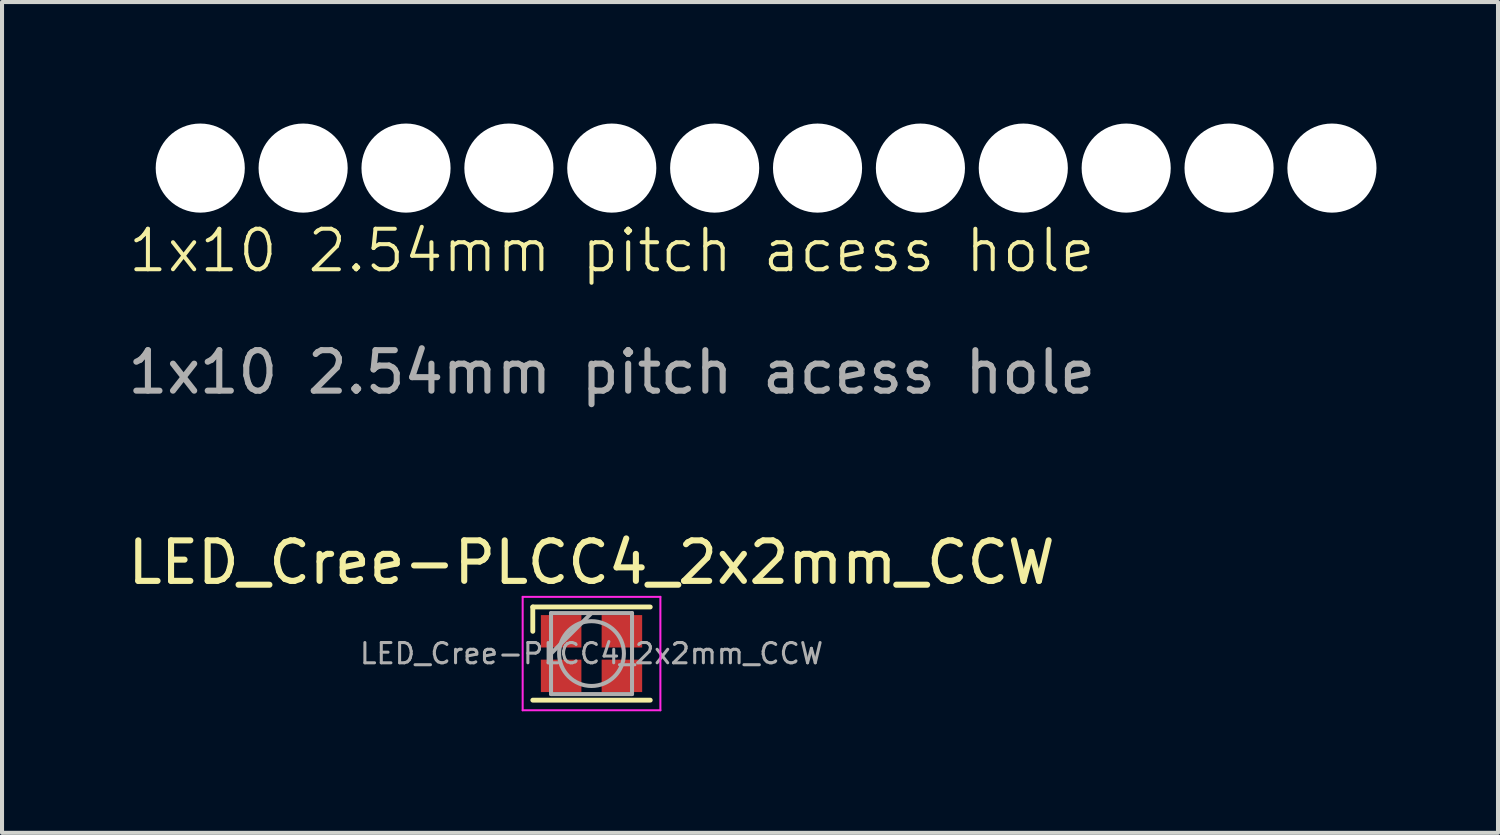
<source format=kicad_pcb>
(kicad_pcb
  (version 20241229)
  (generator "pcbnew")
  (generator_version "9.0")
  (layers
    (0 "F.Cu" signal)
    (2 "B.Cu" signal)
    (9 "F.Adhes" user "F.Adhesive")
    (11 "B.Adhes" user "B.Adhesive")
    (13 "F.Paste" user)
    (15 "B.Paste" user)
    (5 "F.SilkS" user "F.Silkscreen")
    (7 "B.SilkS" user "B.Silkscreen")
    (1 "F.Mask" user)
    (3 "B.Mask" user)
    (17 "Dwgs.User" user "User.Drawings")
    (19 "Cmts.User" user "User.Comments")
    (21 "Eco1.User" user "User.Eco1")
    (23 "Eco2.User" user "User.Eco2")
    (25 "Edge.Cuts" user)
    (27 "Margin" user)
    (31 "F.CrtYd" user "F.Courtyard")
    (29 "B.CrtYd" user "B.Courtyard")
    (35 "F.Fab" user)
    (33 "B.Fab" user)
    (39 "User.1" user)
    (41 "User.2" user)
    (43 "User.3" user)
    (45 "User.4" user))
  (footprint "1x10 2.54mm pitch acess hole"
    (layer "F.Cu")
    (at 12.054 3.64)
    (property "Reference" "1x10 2.54mm pitch acess hole" (at 0 -0.5 0) (unlocked yes) (layer "F.SilkS") (effects (font (size 1 1) (thickness 0.1))))
    (attr through_hole)
    (fp_text user "${REFERENCE}" (at 0 2.5 0) (unlocked yes) (layer "F.Fab") (effects (font (size 1 1) (thickness 0.15))))
    (pad "" np_thru_hole circle (at -10.16 -2.54) (size 2.2 2.2) (drill 2.2) (layers "*.Cu" "*.Mask"))
    (pad "" np_thru_hole circle (at -7.62 -2.54) (size 2.2 2.2) (drill 2.2) (layers "*.Cu" "*.Mask"))
    (pad "" np_thru_hole circle (at -5.08 -2.54) (size 2.2 2.2) (drill 2.2) (layers "*.Cu" "*.Mask"))
    (pad "" np_thru_hole circle (at -2.54 -2.54) (size 2.2 2.2) (drill 2.2) (layers "*.Cu" "*.Mask"))
    (pad "" np_thru_hole circle (at 0 -2.54) (size 2.2 2.2) (drill 2.2) (layers "*.Cu" "*.Mask"))
    (pad "" np_thru_hole circle (at 2.54 -2.54) (size 2.2 2.2) (drill 2.2) (layers "*.Cu" "*.Mask"))
    (pad "" np_thru_hole circle (at 5.08 -2.54) (size 2.2 2.2) (drill 2.2) (layers "*.Cu" "*.Mask"))
    (pad "" np_thru_hole circle (at 7.62 -2.54) (size 2.2 2.2) (drill 2.2) (layers "*.Cu" "*.Mask"))
    (pad "" np_thru_hole circle (at 10.16 -2.54) (size 2.2 2.2) (drill 2.2) (layers "*.Cu" "*.Mask"))
    (pad "" np_thru_hole circle (at 12.7 -2.54) (size 2.2 2.2) (drill 2.2) (layers "*.Cu" "*.Mask"))
    (pad "" np_thru_hole circle (at 15.24 -2.54) (size 2.2 2.2) (drill 2.2) (layers "*.Cu" "*.Mask"))
    (pad "" np_thru_hole circle (at 17.78 -2.54) (size 2.2 2.2) (drill 2.2) (layers "*.Cu" "*.Mask")))
  (footprint "LED_Cree-PLCC4_2x2mm_CCW"
    (layer "F.Cu")
    (at 11.554 13.086)
    (property "Reference" "LED_Cree-PLCC4_2x2mm_CCW" (at 0 -2.25 0) (layer "F.SilkS") (effects (font (size 1 1) (thickness 0.15))))
    (attr smd)
    (fp_line (start -1.45 -1.15) (end 1.45 -1.15) (stroke (width 0.12) (type solid)) (layer "F.SilkS"))
    (fp_line (start -1.45 -0.55) (end -1.45 -1.15) (stroke (width 0.12) (type solid)) (layer "F.SilkS"))
    (fp_line (start -1.45 1.15) (end 1.45 1.15) (stroke (width 0.12) (type solid)) (layer "F.SilkS"))
    (fp_line (start -1.7 -1.4) (end -1.7 1.4) (stroke (width 0.05) (type solid)) (layer "F.CrtYd"))
    (fp_line (start -1.7 1.4) (end 1.7 1.4) (stroke (width 0.05) (type solid)) (layer "F.CrtYd"))
    (fp_line (start 1.7 -1.4) (end -1.7 -1.4) (stroke (width 0.05) (type solid)) (layer "F.CrtYd"))
    (fp_line (start 1.7 1.4) (end 1.7 -1.4) (stroke (width 0.05) (type solid)) (layer "F.CrtYd"))
    (fp_line (start -1 -1) (end -1 1) (stroke (width 0.1) (type solid)) (layer "F.Fab"))
    (fp_line (start -1 1) (end 1 1) (stroke (width 0.1) (type solid)) (layer "F.Fab"))
    (fp_line (start 0 -1) (end -1 0) (stroke (width 0.1) (type solid)) (layer "F.Fab"))
    (fp_line (start 1 -1) (end -1 -1) (stroke (width 0.1) (type solid)) (layer "F.Fab"))
    (fp_line (start 1 1) (end 1 -1) (stroke (width 0.1) (type solid)) (layer "F.Fab"))
    (fp_circle (center 0 0) (end 0.8 0) (stroke (width 0.1) (type solid)) (fill no) (layer "F.Fab"))
    (fp_text user "${REFERENCE}" (at 0 0 0) (layer "F.Fab") (effects (font (size 0.5 0.5) (thickness 0.075))))
    (pad "1" smd rect (at -0.75 -0.55) (size 1 0.8) (layers "F.Cu" "F.Mask" "F.Paste"))
    (pad "2" smd rect (at -0.75 0.55) (size 1 0.8) (layers "F.Cu" "F.Mask" "F.Paste"))
    (pad "3" smd rect (at 0.75 0.55) (size 1 0.8) (layers "F.Cu" "F.Mask" "F.Paste"))
    (pad "4" smd rect (at 0.75 -0.55) (size 1 0.8) (layers "F.Cu" "F.Mask" "F.Paste")))
  (gr_rect
    (start -3 -3)
    (end 33.934 17.512)
    (stroke (width 0.1) (type default))
    (fill no)
    (layer "Edge.Cuts")))
</source>
